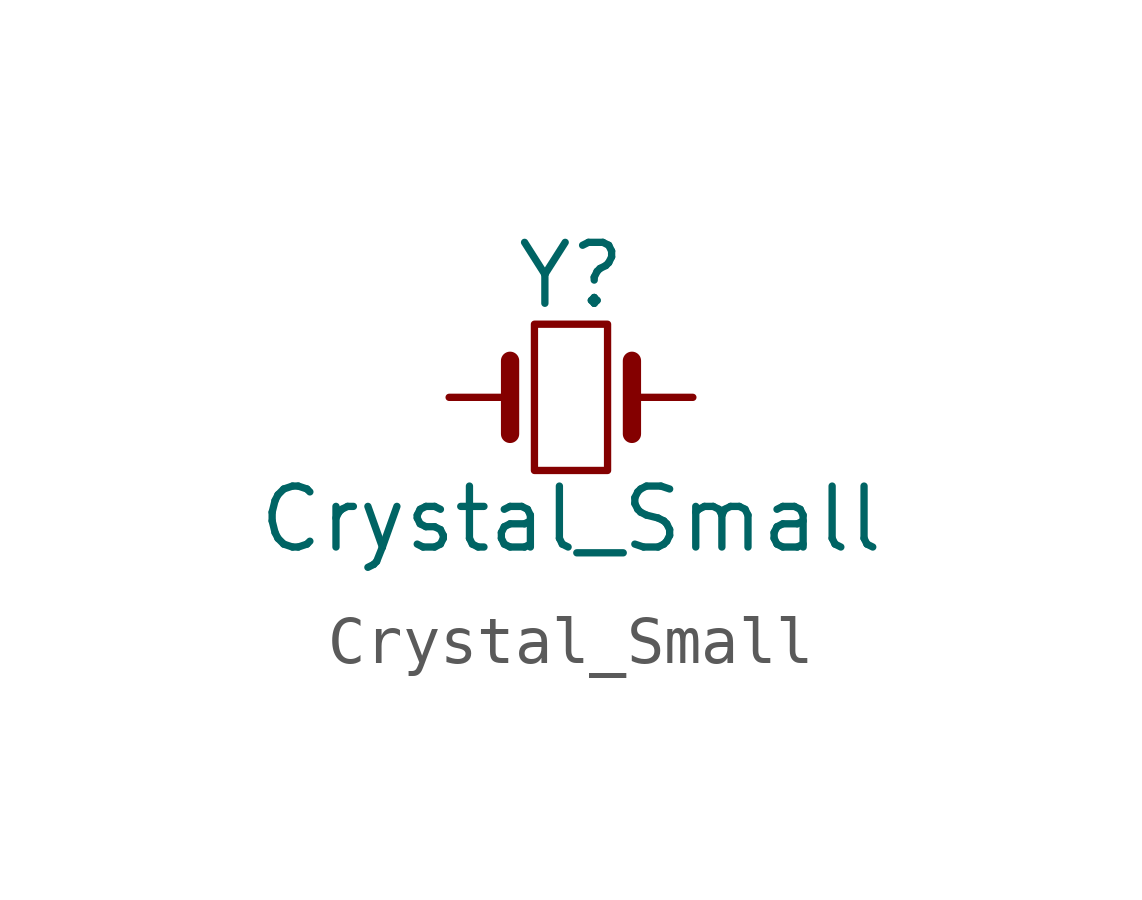
<source format=kicad_sym>
(kicad_symbol_lib
  (version 20211014)
  (generator kicad_symbol_editor)
  (symbol "Crystal_Small"
    (pin_numbers hide)
    (pin_names
      (offset 1.016) hide)
    (property "Reference" "Y"
      (at 0 2.54 0)
      (effects (font (size 1.27 1.27))))
    (property "Value" "Crystal_Small"
      (at 0 -2.54 0)
      (effects (font (size 1.27 1.27))))
    (symbol "Crystal_Small_0_1"
      (rectangle (start -0.762 -1.524) (end 0.762 1.524) (stroke (width 0) (type default) (color 0 0 0 0)) (fill (type none)))
      (polyline (pts (xy -1.27 -0.762) (xy -1.27 0.762)) (stroke (width 0.381) (type default) (color 0 0 0 0)) (fill (type none)))
      (polyline (pts (xy 1.27 -0.762) (xy 1.27 0.762)) (stroke (width 0.381) (type default) (color 0 0 0 0)) (fill (type none))))
    (symbol "Crystal_Small_1_1"
      (pin passive line (at -2.54 0 0) (length 1.27) (name "1" (effects (font (size 1.27 1.27)))) (number "1" (effects (font (size 1.27 1.27)))))
      (pin passive line (at 2.54 0 180) (length 1.27) (name "2" (effects (font (size 1.27 1.27)))) (number "2" (effects (font (size 1.27 1.27))))))))
</source>
